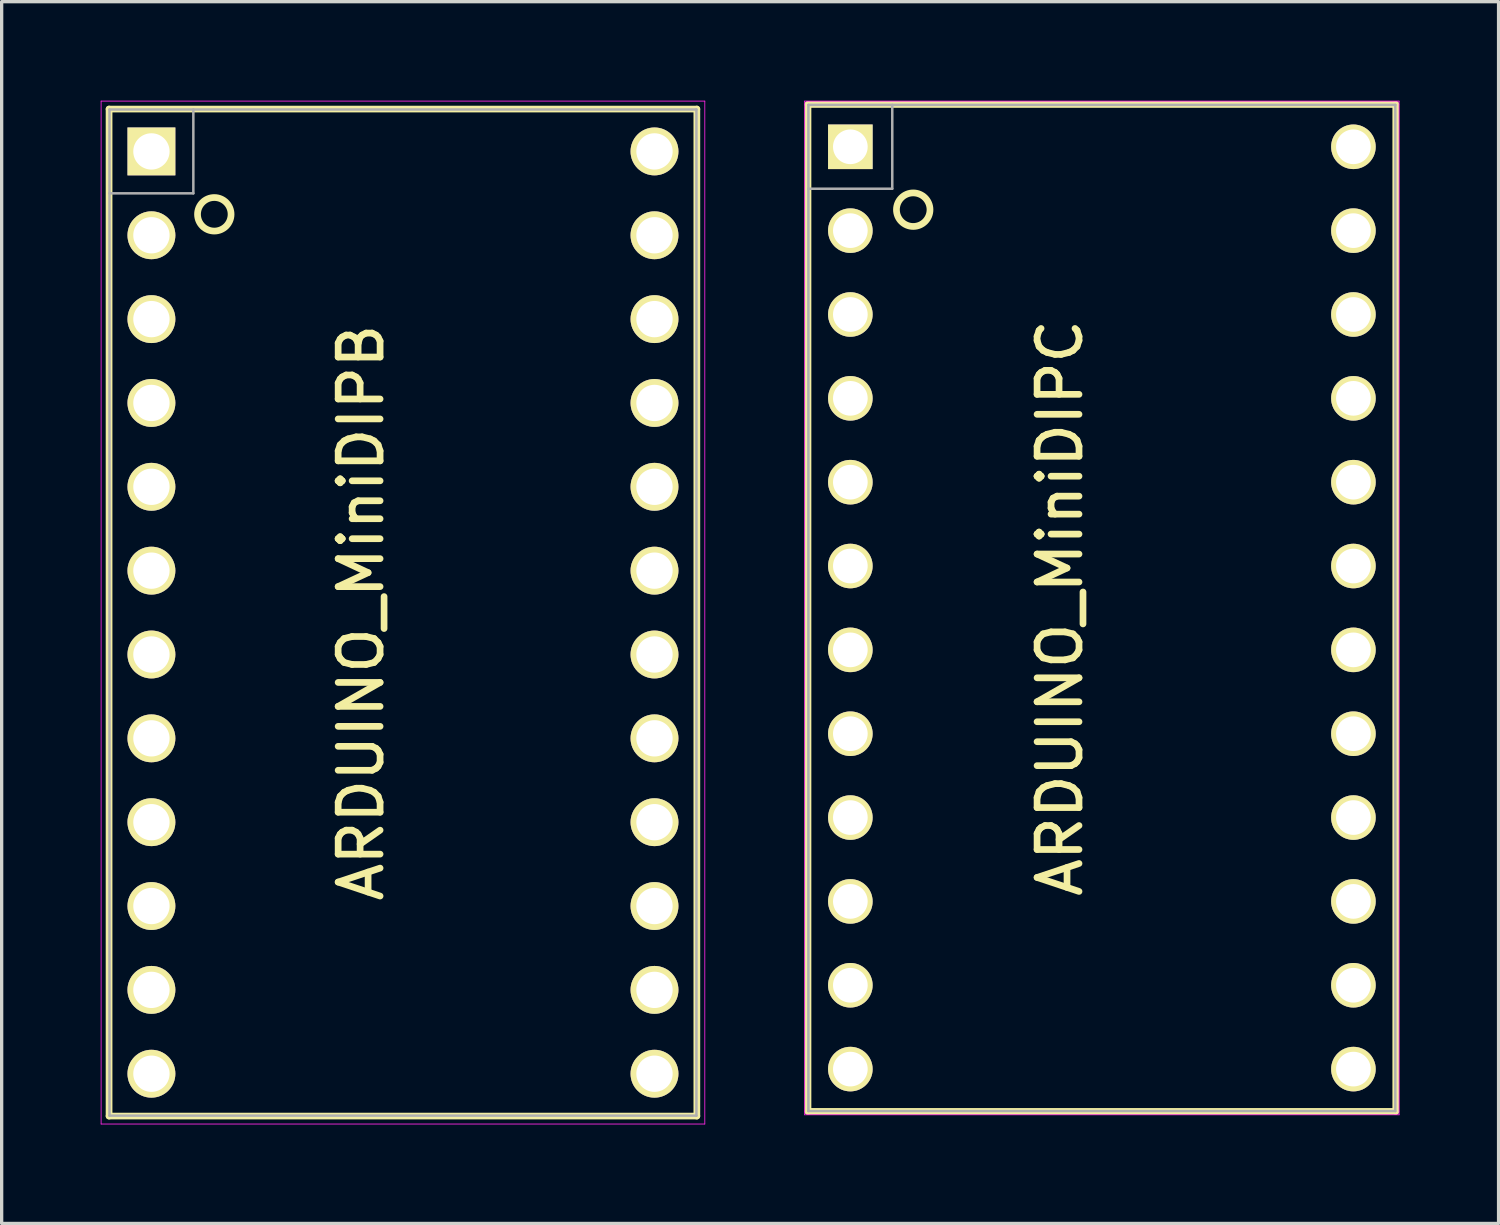
<source format=kicad_pcb>
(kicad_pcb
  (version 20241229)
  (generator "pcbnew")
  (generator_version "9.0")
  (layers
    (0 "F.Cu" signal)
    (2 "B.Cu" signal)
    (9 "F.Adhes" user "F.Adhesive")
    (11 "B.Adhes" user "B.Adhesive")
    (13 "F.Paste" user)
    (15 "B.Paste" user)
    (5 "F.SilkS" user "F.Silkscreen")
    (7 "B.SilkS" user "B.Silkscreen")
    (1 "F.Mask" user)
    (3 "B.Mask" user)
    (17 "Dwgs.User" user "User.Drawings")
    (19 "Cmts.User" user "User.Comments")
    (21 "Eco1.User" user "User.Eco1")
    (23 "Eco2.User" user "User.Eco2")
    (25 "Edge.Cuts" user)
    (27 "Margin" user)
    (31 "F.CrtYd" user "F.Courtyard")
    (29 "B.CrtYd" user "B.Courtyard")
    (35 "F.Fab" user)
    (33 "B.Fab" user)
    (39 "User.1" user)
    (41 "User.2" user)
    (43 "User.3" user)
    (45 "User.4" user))
  (footprint "ARDUINO_MiniDIPB"
    (layer "F.Cu")
    (at 9.157 15.507)
    (property "Reference" "ARDUINO_MiniDIPB" (at -1.27 0 90) (layer "F.SilkS") (effects (font (size 1.27 1.27) (thickness 0.203))))
    (attr through_hole)
    (fp_line (start -8.903 -15.253) (end 8.903 -15.253) (stroke (width 0.203) (type solid)) (layer "F.SilkS"))
    (fp_line (start -8.903 15.253) (end -8.903 -15.253) (stroke (width 0.203) (type solid)) (layer "F.SilkS"))
    (fp_line (start 8.903 -15.253) (end 8.903 15.253) (stroke (width 0.203) (type solid)) (layer "F.SilkS"))
    (fp_line (start 8.903 15.253) (end -8.903 15.253) (stroke (width 0.203) (type solid)) (layer "F.SilkS"))
    (fp_circle (center -5.715 -12.065) (end -5.715 -12.573) (stroke (width 0.203) (type solid)) (fill no) (layer "F.SilkS"))
    (fp_line (start -9.144 -15.494) (end 9.144 -15.494) (stroke (width 0.025) (type solid)) (layer "F.CrtYd"))
    (fp_line (start -9.144 15.494) (end -9.144 -15.494) (stroke (width 0.025) (type solid)) (layer "F.CrtYd"))
    (fp_line (start 9.144 -15.494) (end 9.144 15.494) (stroke (width 0.025) (type solid)) (layer "F.CrtYd"))
    (fp_line (start 9.144 15.494) (end -9.144 15.494) (stroke (width 0.025) (type solid)) (layer "F.CrtYd"))
    (fp_line (start -8.89 -15.24) (end 8.89 -15.24) (stroke (width 0.076) (type solid)) (layer "F.Fab"))
    (fp_line (start -8.89 15.24) (end -8.89 -15.24) (stroke (width 0.076) (type solid)) (layer "F.Fab"))
    (fp_line (start -6.35 -15.24) (end -6.35 -12.7) (stroke (width 0.076) (type solid)) (layer "F.Fab"))
    (fp_line (start -6.35 -12.7) (end -8.89 -12.7) (stroke (width 0.076) (type solid)) (layer "F.Fab"))
    (fp_line (start 8.89 -15.24) (end 8.89 15.24) (stroke (width 0.076) (type solid)) (layer "F.Fab"))
    (fp_line (start 8.89 15.24) (end -8.89 15.24) (stroke (width 0.076) (type solid)) (layer "F.Fab"))
    (pad "1" thru_hole rect (at -7.62 -13.97) (size 1.45 1.45) (drill 1.1) (layers "*.Cu" "*.Mask" "F.SilkS"))
    (pad "2" thru_hole circle (at -7.62 -11.43) (size 1.45 1.45) (drill 1.1) (layers "*.Cu" "*.Mask" "F.SilkS"))
    (pad "3" thru_hole circle (at -7.62 -8.89) (size 1.45 1.45) (drill 1.1) (layers "*.Cu" "*.Mask" "F.SilkS"))
    (pad "4" thru_hole circle (at -7.62 -6.35) (size 1.45 1.45) (drill 1.1) (layers "*.Cu" "*.Mask" "F.SilkS"))
    (pad "5" thru_hole circle (at -7.62 -3.81) (size 1.45 1.45) (drill 1.1) (layers "*.Cu" "*.Mask" "F.SilkS"))
    (pad "6" thru_hole circle (at -7.62 -1.27) (size 1.45 1.45) (drill 1.1) (layers "*.Cu" "*.Mask" "F.SilkS"))
    (pad "7" thru_hole circle (at -7.62 1.27) (size 1.45 1.45) (drill 1.1) (layers "*.Cu" "*.Mask" "F.SilkS"))
    (pad "8" thru_hole circle (at -7.62 3.81) (size 1.45 1.45) (drill 1.1) (layers "*.Cu" "*.Mask" "F.SilkS"))
    (pad "9" thru_hole circle (at -7.62 6.35) (size 1.45 1.45) (drill 1.1) (layers "*.Cu" "*.Mask" "F.SilkS"))
    (pad "10" thru_hole circle (at -7.62 8.89) (size 1.45 1.45) (drill 1.1) (layers "*.Cu" "*.Mask" "F.SilkS"))
    (pad "11" thru_hole circle (at -7.62 11.43) (size 1.45 1.45) (drill 1.1) (layers "*.Cu" "*.Mask" "F.SilkS"))
    (pad "12" thru_hole circle (at -7.62 13.97) (size 1.45 1.45) (drill 1.1) (layers "*.Cu" "*.Mask" "F.SilkS"))
    (pad "13" thru_hole circle (at 7.62 13.97) (size 1.45 1.45) (drill 1.1) (layers "*.Cu" "*.Mask" "F.SilkS"))
    (pad "14" thru_hole circle (at 7.62 11.43) (size 1.45 1.45) (drill 1.1) (layers "*.Cu" "*.Mask" "F.SilkS"))
    (pad "15" thru_hole circle (at 7.62 8.89) (size 1.45 1.45) (drill 1.1) (layers "*.Cu" "*.Mask" "F.SilkS"))
    (pad "16" thru_hole circle (at 7.62 6.35) (size 1.45 1.45) (drill 1.1) (layers "*.Cu" "*.Mask" "F.SilkS"))
    (pad "17" thru_hole circle (at 7.62 3.81) (size 1.45 1.45) (drill 1.1) (layers "*.Cu" "*.Mask" "F.SilkS"))
    (pad "18" thru_hole circle (at 7.62 1.27) (size 1.45 1.45) (drill 1.1) (layers "*.Cu" "*.Mask" "F.SilkS"))
    (pad "19" thru_hole circle (at 7.62 -1.27) (size 1.45 1.45) (drill 1.1) (layers "*.Cu" "*.Mask" "F.SilkS"))
    (pad "20" thru_hole circle (at 7.62 -3.81) (size 1.45 1.45) (drill 1.1) (layers "*.Cu" "*.Mask" "F.SilkS"))
    (pad "21" thru_hole circle (at 7.62 -6.35) (size 1.45 1.45) (drill 1.1) (layers "*.Cu" "*.Mask" "F.SilkS"))
    (pad "22" thru_hole circle (at 7.62 -8.89) (size 1.45 1.45) (drill 1.1) (layers "*.Cu" "*.Mask" "F.SilkS"))
    (pad "23" thru_hole circle (at 7.62 -11.43) (size 1.45 1.45) (drill 1.1) (layers "*.Cu" "*.Mask" "F.SilkS"))
    (pad "24" thru_hole circle (at 7.62 -13.97) (size 1.45 1.45) (drill 1.1) (layers "*.Cu" "*.Mask" "F.SilkS")))
  (footprint "ARDUINO_MiniDIPC"
    (layer "F.Cu")
    (at 30.33 15.367)
    (property "Reference" "ARDUINO_MiniDIPC" (at -1.27 0 90) (layer "F.SilkS") (effects (font (size 1.27 1.27) (thickness 0.203))))
    (attr through_hole)
    (fp_line (start -8.903 -15.253) (end 8.903 -15.253) (stroke (width 0.203) (type solid)) (layer "F.SilkS"))
    (fp_line (start -8.903 15.253) (end -8.903 -15.253) (stroke (width 0.203) (type solid)) (layer "F.SilkS"))
    (fp_line (start 8.903 -15.253) (end 8.903 15.253) (stroke (width 0.203) (type solid)) (layer "F.SilkS"))
    (fp_line (start 8.903 15.253) (end -8.903 15.253) (stroke (width 0.203) (type solid)) (layer "F.SilkS"))
    (fp_circle (center -5.715 -12.065) (end -5.715 -12.573) (stroke (width 0.203) (type solid)) (fill no) (layer "F.SilkS"))
    (fp_line (start -9.004 -15.354) (end 9.004 -15.354) (stroke (width 0.025) (type solid)) (layer "F.CrtYd"))
    (fp_line (start -9.004 15.354) (end -9.004 -15.354) (stroke (width 0.025) (type solid)) (layer "F.CrtYd"))
    (fp_line (start 9.004 -15.354) (end 9.004 15.354) (stroke (width 0.025) (type solid)) (layer "F.CrtYd"))
    (fp_line (start 9.004 15.354) (end -9.004 15.354) (stroke (width 0.025) (type solid)) (layer "F.CrtYd"))
    (fp_line (start -8.89 -15.24) (end 8.89 -15.24) (stroke (width 0.076) (type solid)) (layer "F.Fab"))
    (fp_line (start -8.89 15.24) (end -8.89 -15.24) (stroke (width 0.076) (type solid)) (layer "F.Fab"))
    (fp_line (start -6.35 -15.24) (end -6.35 -12.7) (stroke (width 0.076) (type solid)) (layer "F.Fab"))
    (fp_line (start -6.35 -12.7) (end -8.89 -12.7) (stroke (width 0.076) (type solid)) (layer "F.Fab"))
    (fp_line (start 8.89 -15.24) (end 8.89 15.24) (stroke (width 0.076) (type solid)) (layer "F.Fab"))
    (fp_line (start 8.89 15.24) (end -8.89 15.24) (stroke (width 0.076) (type solid)) (layer "F.Fab"))
    (pad "1" thru_hole rect (at -7.62 -13.97) (size 1.35 1.35) (drill 1.05) (layers "*.Cu" "*.Mask" "F.SilkS"))
    (pad "2" thru_hole circle (at -7.62 -11.43) (size 1.35 1.35) (drill 1.05) (layers "*.Cu" "*.Mask" "F.SilkS"))
    (pad "3" thru_hole circle (at -7.62 -8.89) (size 1.35 1.35) (drill 1.05) (layers "*.Cu" "*.Mask" "F.SilkS"))
    (pad "4" thru_hole circle (at -7.62 -6.35) (size 1.35 1.35) (drill 1.05) (layers "*.Cu" "*.Mask" "F.SilkS"))
    (pad "5" thru_hole circle (at -7.62 -3.81) (size 1.35 1.35) (drill 1.05) (layers "*.Cu" "*.Mask" "F.SilkS"))
    (pad "6" thru_hole circle (at -7.62 -1.27) (size 1.35 1.35) (drill 1.05) (layers "*.Cu" "*.Mask" "F.SilkS"))
    (pad "7" thru_hole circle (at -7.62 1.27) (size 1.35 1.35) (drill 1.05) (layers "*.Cu" "*.Mask" "F.SilkS"))
    (pad "8" thru_hole circle (at -7.62 3.81) (size 1.35 1.35) (drill 1.05) (layers "*.Cu" "*.Mask" "F.SilkS"))
    (pad "9" thru_hole circle (at -7.62 6.35) (size 1.35 1.35) (drill 1.05) (layers "*.Cu" "*.Mask" "F.SilkS"))
    (pad "10" thru_hole circle (at -7.62 8.89) (size 1.35 1.35) (drill 1.05) (layers "*.Cu" "*.Mask" "F.SilkS"))
    (pad "11" thru_hole circle (at -7.62 11.43) (size 1.35 1.35) (drill 1.05) (layers "*.Cu" "*.Mask" "F.SilkS"))
    (pad "12" thru_hole circle (at -7.62 13.97) (size 1.35 1.35) (drill 1.05) (layers "*.Cu" "*.Mask" "F.SilkS"))
    (pad "13" thru_hole circle (at 7.62 13.97) (size 1.35 1.35) (drill 1.05) (layers "*.Cu" "*.Mask" "F.SilkS"))
    (pad "14" thru_hole circle (at 7.62 11.43) (size 1.35 1.35) (drill 1.05) (layers "*.Cu" "*.Mask" "F.SilkS"))
    (pad "15" thru_hole circle (at 7.62 8.89) (size 1.35 1.35) (drill 1.05) (layers "*.Cu" "*.Mask" "F.SilkS"))
    (pad "16" thru_hole circle (at 7.62 6.35) (size 1.35 1.35) (drill 1.05) (layers "*.Cu" "*.Mask" "F.SilkS"))
    (pad "17" thru_hole circle (at 7.62 3.81) (size 1.35 1.35) (drill 1.05) (layers "*.Cu" "*.Mask" "F.SilkS"))
    (pad "18" thru_hole circle (at 7.62 1.27) (size 1.35 1.35) (drill 1.05) (layers "*.Cu" "*.Mask" "F.SilkS"))
    (pad "19" thru_hole circle (at 7.62 -1.27) (size 1.35 1.35) (drill 1.05) (layers "*.Cu" "*.Mask" "F.SilkS"))
    (pad "20" thru_hole circle (at 7.62 -3.81) (size 1.35 1.35) (drill 1.05) (layers "*.Cu" "*.Mask" "F.SilkS"))
    (pad "21" thru_hole circle (at 7.62 -6.35) (size 1.35 1.35) (drill 1.05) (layers "*.Cu" "*.Mask" "F.SilkS"))
    (pad "22" thru_hole circle (at 7.62 -8.89) (size 1.35 1.35) (drill 1.05) (layers "*.Cu" "*.Mask" "F.SilkS"))
    (pad "23" thru_hole circle (at 7.62 -11.43) (size 1.35 1.35) (drill 1.05) (layers "*.Cu" "*.Mask" "F.SilkS"))
    (pad "24" thru_hole circle (at 7.62 -13.97) (size 1.35 1.35) (drill 1.05) (layers "*.Cu" "*.Mask" "F.SilkS")))
  (gr_rect
    (start -3 -3)
    (end 42.347 34.013)
    (stroke (width 0.1) (type default))
    (fill no)
    (layer "Edge.Cuts")))
</source>
